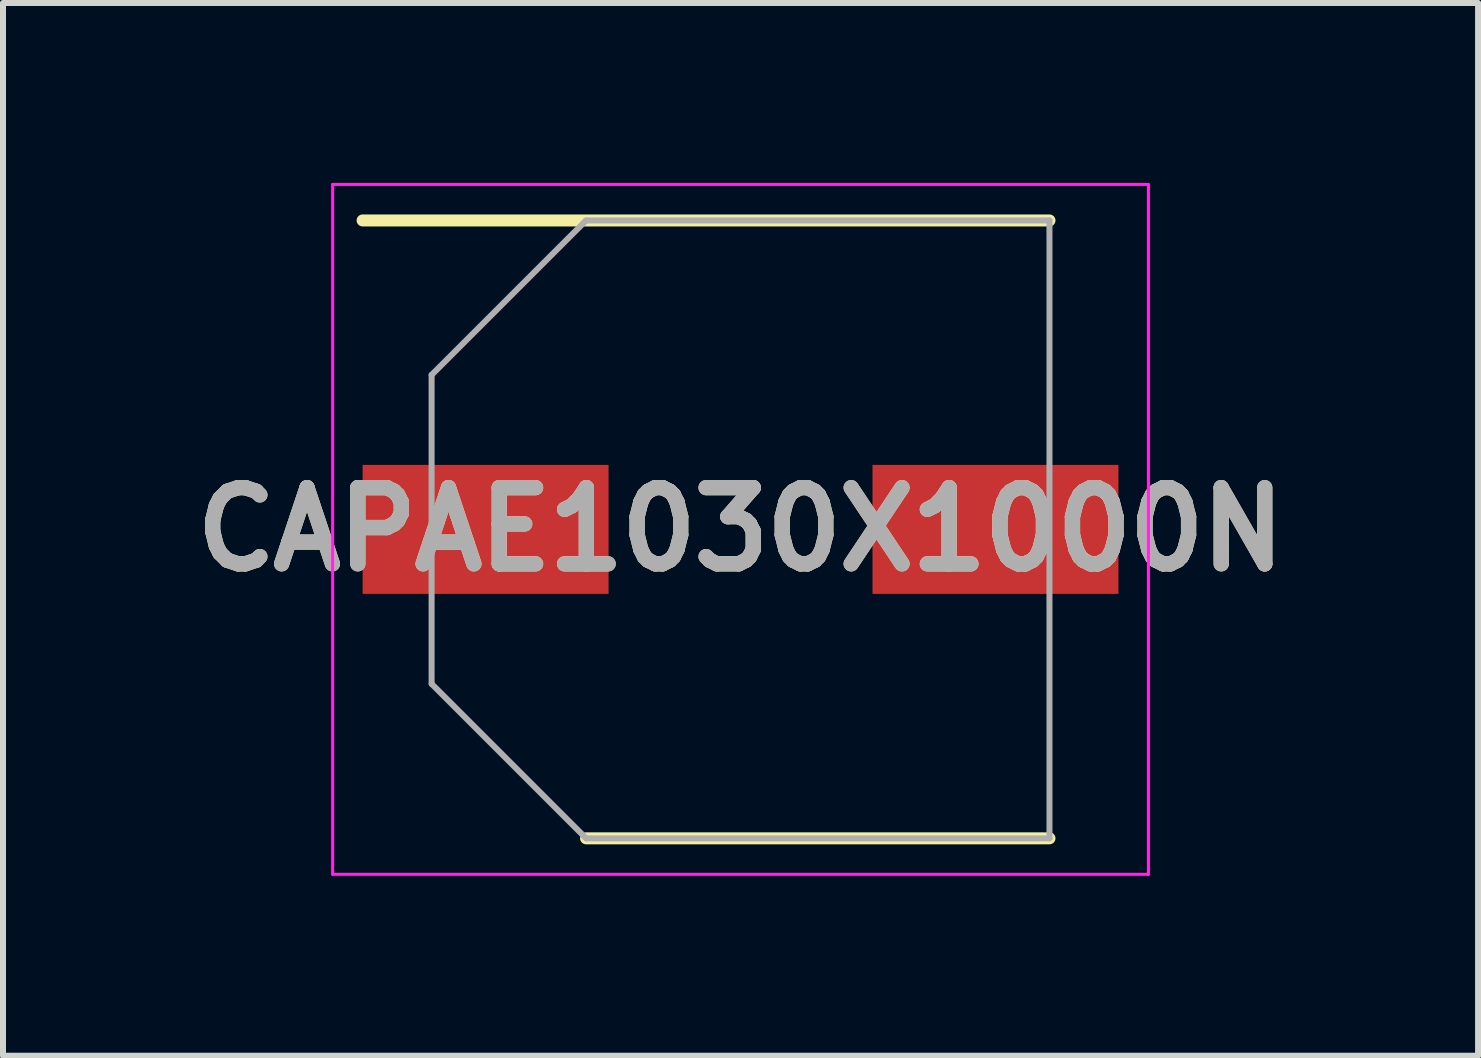
<source format=kicad_pcb>
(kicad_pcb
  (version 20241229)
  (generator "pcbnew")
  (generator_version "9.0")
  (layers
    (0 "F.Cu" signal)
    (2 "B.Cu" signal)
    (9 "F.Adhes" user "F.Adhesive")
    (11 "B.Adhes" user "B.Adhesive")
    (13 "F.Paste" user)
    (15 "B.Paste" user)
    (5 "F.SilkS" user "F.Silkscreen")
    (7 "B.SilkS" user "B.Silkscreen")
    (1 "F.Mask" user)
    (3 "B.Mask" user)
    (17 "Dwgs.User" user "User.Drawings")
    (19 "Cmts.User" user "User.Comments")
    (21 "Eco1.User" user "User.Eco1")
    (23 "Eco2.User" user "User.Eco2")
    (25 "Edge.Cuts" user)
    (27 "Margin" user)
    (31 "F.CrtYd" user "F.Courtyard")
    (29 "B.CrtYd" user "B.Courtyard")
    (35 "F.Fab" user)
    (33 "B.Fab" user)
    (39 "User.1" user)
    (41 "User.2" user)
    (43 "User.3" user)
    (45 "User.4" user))
  (footprint "CAPAE1030X1000N"
    (layer "F.Cu")
    (at 9.295 5.775)
    (property "Reference" "CAPAE1030X1000N" (at 0 0 0) (layer "F.SilkS") (effects (font (size 1.27 1.27) (thickness 0.254))))
    (attr smd)
    (fp_line (start -6.3 -5.15) (end 5.15 -5.15) (stroke (width 0.2) (type solid)) (layer "F.SilkS"))
    (fp_line (start -2.575 5.15) (end 5.15 5.15) (stroke (width 0.2) (type solid)) (layer "F.SilkS"))
    (fp_line (start -6.8 -5.75) (end 6.8 -5.75) (stroke (width 0.05) (type solid)) (layer "F.CrtYd"))
    (fp_line (start -6.8 5.75) (end -6.8 -5.75) (stroke (width 0.05) (type solid)) (layer "F.CrtYd"))
    (fp_line (start 6.8 -5.75) (end 6.8 5.75) (stroke (width 0.05) (type solid)) (layer "F.CrtYd"))
    (fp_line (start 6.8 5.75) (end -6.8 5.75) (stroke (width 0.05) (type solid)) (layer "F.CrtYd"))
    (fp_line (start -5.15 -2.575) (end -5.15 2.575) (stroke (width 0.1) (type solid)) (layer "F.Fab"))
    (fp_line (start -5.15 2.575) (end -2.575 5.15) (stroke (width 0.1) (type solid)) (layer "F.Fab"))
    (fp_line (start -2.575 -5.15) (end -5.15 -2.575) (stroke (width 0.1) (type solid)) (layer "F.Fab"))
    (fp_line (start -2.575 5.15) (end 5.15 5.15) (stroke (width 0.1) (type solid)) (layer "F.Fab"))
    (fp_line (start 5.15 -5.15) (end -2.575 -5.15) (stroke (width 0.1) (type solid)) (layer "F.Fab"))
    (fp_line (start 5.15 5.15) (end 5.15 -5.15) (stroke (width 0.1) (type solid)) (layer "F.Fab"))
    (fp_text user "${REFERENCE}" (at 0 0 0) (layer "F.Fab") (effects (font (size 1.27 1.27) (thickness 0.254))))
    (pad "1" smd rect (at -4.25 0 90) (size 2.15 4.1) (layers "F.Cu" "F.Mask" "F.Paste"))
    (pad "2" smd rect (at 4.25 0 90) (size 2.15 4.1) (layers "F.Cu" "F.Mask" "F.Paste")))
  (gr_rect
    (start -3 -3)
    (end 21.59 14.55)
    (stroke (width 0.1) (type default))
    (fill no)
    (layer "Edge.Cuts")))
</source>
